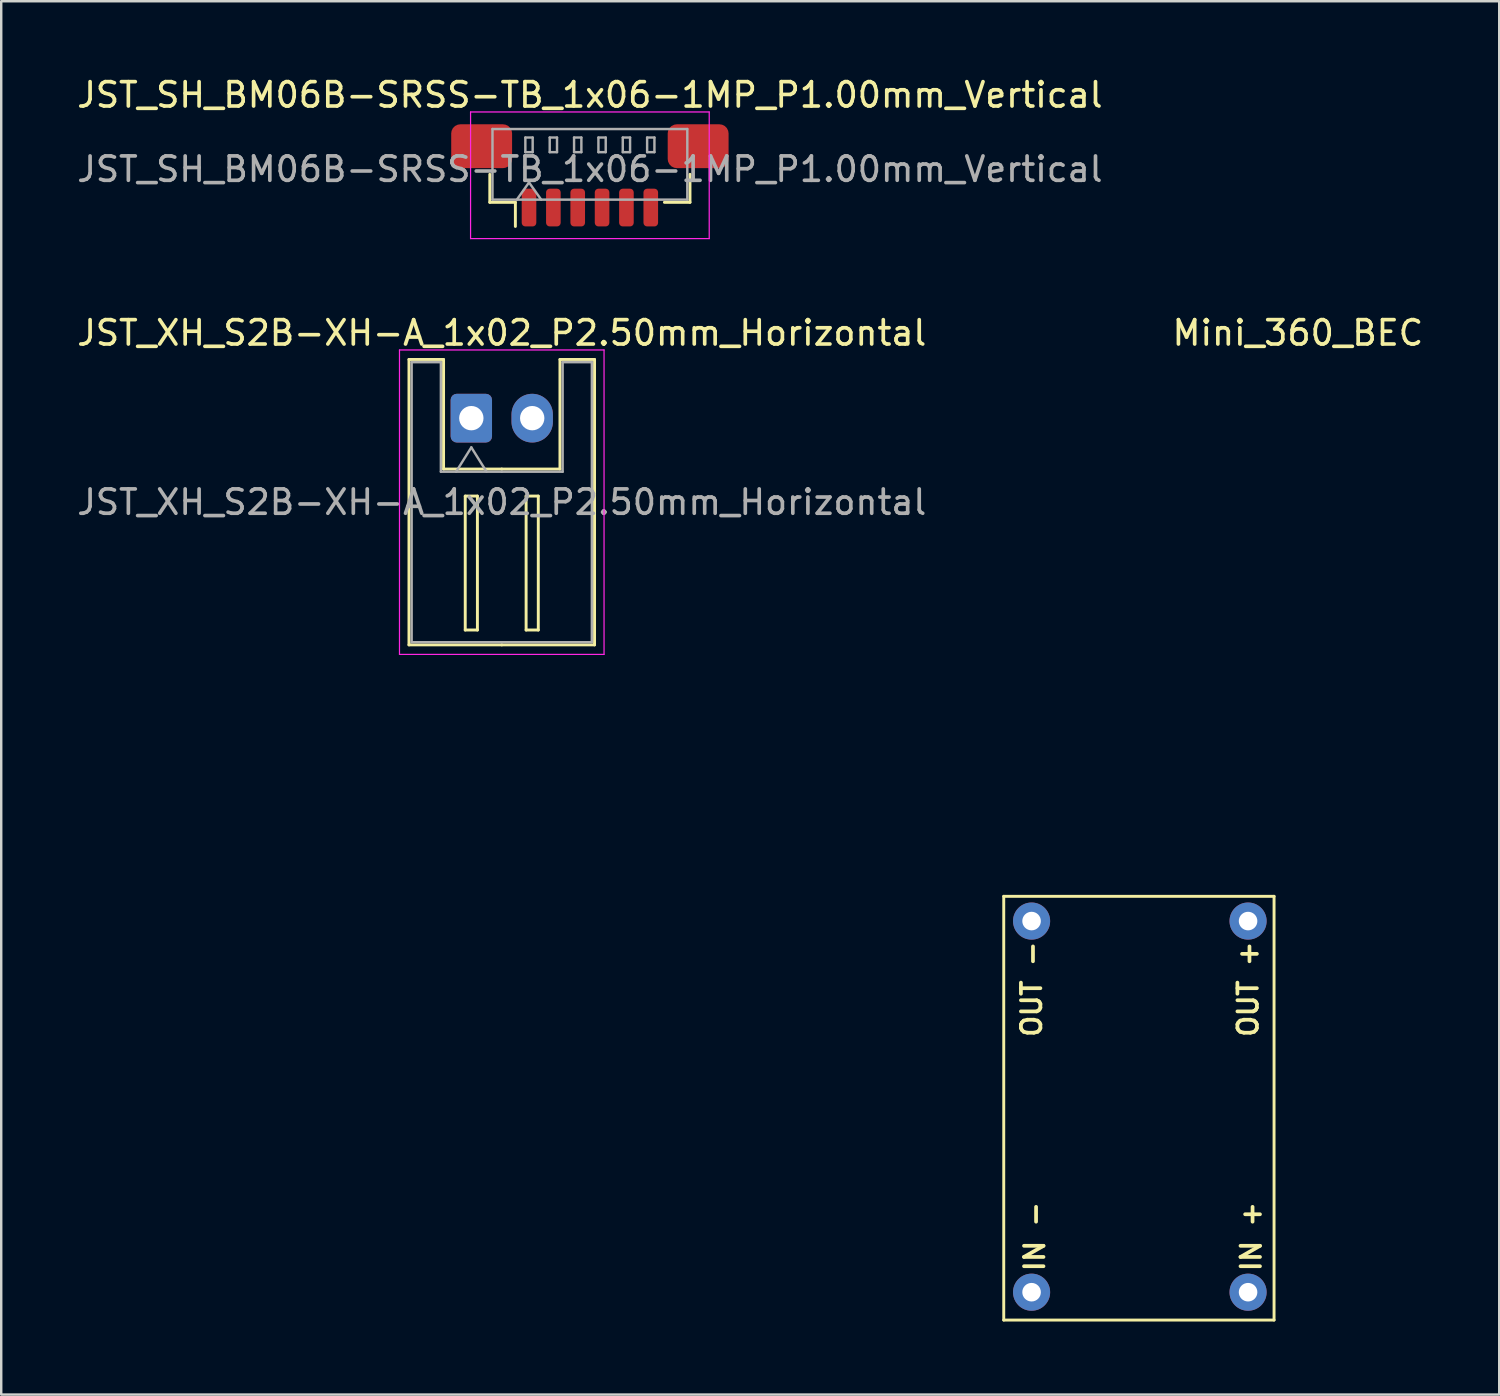
<source format=kicad_pcb>
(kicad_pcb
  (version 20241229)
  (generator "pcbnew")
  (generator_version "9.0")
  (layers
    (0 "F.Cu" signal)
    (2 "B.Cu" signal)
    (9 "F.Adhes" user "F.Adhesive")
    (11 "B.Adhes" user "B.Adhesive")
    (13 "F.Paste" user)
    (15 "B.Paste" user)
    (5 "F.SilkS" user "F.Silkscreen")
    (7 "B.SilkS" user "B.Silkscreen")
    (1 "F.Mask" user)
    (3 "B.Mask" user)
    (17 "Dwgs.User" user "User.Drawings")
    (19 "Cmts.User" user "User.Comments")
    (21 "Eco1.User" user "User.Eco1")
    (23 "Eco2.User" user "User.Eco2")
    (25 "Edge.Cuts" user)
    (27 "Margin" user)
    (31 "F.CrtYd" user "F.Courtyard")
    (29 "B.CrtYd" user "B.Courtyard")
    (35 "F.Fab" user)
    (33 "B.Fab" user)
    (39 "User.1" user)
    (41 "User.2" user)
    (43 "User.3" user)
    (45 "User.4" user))
  (footprint "Mini_360_BEC"
    (layer "F.Cu")
    (at 44.39 39.852)
    (property "Reference" "Mini_360_BEC" (at 5.855 -29.231 0) (layer "F.SilkS") (effects (font (size 1 1) (thickness 0.15))))
    (attr through_hole)
    (fp_line (start -6.223 -6.096) (end 4.877 -6.096) (stroke (width 0.12) (type solid)) (layer "F.SilkS"))
    (fp_line (start -6.223 11.304) (end -6.223 -6.096) (stroke (width 0.12) (type solid)) (layer "F.SilkS"))
    (fp_line (start 4.877 -6.096) (end 4.877 11.304) (stroke (width 0.12) (type solid)) (layer "F.SilkS"))
    (fp_line (start 4.877 11.304) (end -6.223 11.304) (stroke (width 0.12) (type solid)) (layer "F.SilkS"))
    (fp_text user "IN -" (at -4.953 7.874 270) (layer "F.SilkS") (effects (font (size 0.8 0.8) (thickness 0.153))))
    (fp_text user "OUT +" (at 3.81 -2.286 270) (layer "F.SilkS") (effects (font (size 0.8 0.8) (thickness 0.153))))
    (fp_text user "IN +" (at 3.937 7.874 270) (layer "F.SilkS") (effects (font (size 0.8 0.8) (thickness 0.153))))
    (fp_text user "OUT -" (at -5.08 -2.286 270) (layer "F.SilkS") (effects (font (size 0.8 0.8) (thickness 0.153))))
    (pad "1" thru_hole circle (at -5.08 -5.08) (size 1.524 1.524) (drill 0.762) (layers "*.Cu" "*.Mask"))
    (pad "2" thru_hole circle (at 3.81 -5.08) (size 1.524 1.524) (drill 0.762) (layers "*.Cu" "*.Mask"))
    (pad "3" thru_hole circle (at -5.08 10.16) (size 1.524 1.524) (drill 0.762) (layers "*.Cu" "*.Mask"))
    (pad "4" thru_hole circle (at 3.81 10.16) (size 1.524 1.524) (drill 0.762) (layers "*.Cu" "*.Mask")))
  (footprint "JST_SH_BM06B-SRSS-TB_1x06-1MP_P1.00mm_Vertical"
    (layer "F.Cu")
    (at 21.173 4.148)
    (property "Reference" "JST_SH_BM06B-SRSS-TB_1x06-1MP_P1.00mm_Vertical" (at 0 -3.3 180) (layer "F.SilkS") (effects (font (size 1 1) (thickness 0.15))))
    (attr smd)
    (fp_line (start -4.11 -0.04) (end -4.11 1.11) (stroke (width 0.12) (type solid)) (layer "F.SilkS"))
    (fp_line (start -4.11 1.11) (end -3.06 1.11) (stroke (width 0.12) (type solid)) (layer "F.SilkS"))
    (fp_line (start -3.06 1.11) (end -3.06 2.1) (stroke (width 0.12) (type solid)) (layer "F.SilkS"))
    (fp_line (start 4.11 -0.04) (end 4.11 1.11) (stroke (width 0.12) (type solid)) (layer "F.SilkS"))
    (fp_line (start 4.11 1.11) (end 3.06 1.11) (stroke (width 0.12) (type solid)) (layer "F.SilkS"))
    (fp_line (start -4.9 -2.6) (end -4.9 2.6) (stroke (width 0.05) (type solid)) (layer "F.CrtYd"))
    (fp_line (start -4.9 2.6) (end 4.9 2.6) (stroke (width 0.05) (type solid)) (layer "F.CrtYd"))
    (fp_line (start 4.9 -2.6) (end -4.9 -2.6) (stroke (width 0.05) (type solid)) (layer "F.CrtYd"))
    (fp_line (start 4.9 2.6) (end 4.9 -2.6) (stroke (width 0.05) (type solid)) (layer "F.CrtYd"))
    (fp_line (start -4 -1.9) (end 4 -1.9) (stroke (width 0.1) (type solid)) (layer "F.Fab"))
    (fp_line (start -4 1) (end -4 -1.9) (stroke (width 0.1) (type solid)) (layer "F.Fab"))
    (fp_line (start -4 1) (end 4 1) (stroke (width 0.1) (type solid)) (layer "F.Fab"))
    (fp_line (start -3 1) (end -2.5 0.293) (stroke (width 0.1) (type solid)) (layer "F.Fab"))
    (fp_line (start -2.65 -1.55) (end -2.65 -0.95) (stroke (width 0.1) (type solid)) (layer "F.Fab"))
    (fp_line (start -2.65 -0.95) (end -2.35 -0.95) (stroke (width 0.1) (type solid)) (layer "F.Fab"))
    (fp_line (start -2.5 0.293) (end -2 1) (stroke (width 0.1) (type solid)) (layer "F.Fab"))
    (fp_line (start -2.35 -1.55) (end -2.65 -1.55) (stroke (width 0.1) (type solid)) (layer "F.Fab"))
    (fp_line (start -2.35 -0.95) (end -2.35 -1.55) (stroke (width 0.1) (type solid)) (layer "F.Fab"))
    (fp_line (start -1.65 -1.55) (end -1.65 -0.95) (stroke (width 0.1) (type solid)) (layer "F.Fab"))
    (fp_line (start -1.65 -0.95) (end -1.35 -0.95) (stroke (width 0.1) (type solid)) (layer "F.Fab"))
    (fp_line (start -1.35 -1.55) (end -1.65 -1.55) (stroke (width 0.1) (type solid)) (layer "F.Fab"))
    (fp_line (start -1.35 -0.95) (end -1.35 -1.55) (stroke (width 0.1) (type solid)) (layer "F.Fab"))
    (fp_line (start -0.65 -1.55) (end -0.65 -0.95) (stroke (width 0.1) (type solid)) (layer "F.Fab"))
    (fp_line (start -0.65 -0.95) (end -0.35 -0.95) (stroke (width 0.1) (type solid)) (layer "F.Fab"))
    (fp_line (start -0.35 -1.55) (end -0.65 -1.55) (stroke (width 0.1) (type solid)) (layer "F.Fab"))
    (fp_line (start -0.35 -0.95) (end -0.35 -1.55) (stroke (width 0.1) (type solid)) (layer "F.Fab"))
    (fp_line (start 0.35 -1.55) (end 0.35 -0.95) (stroke (width 0.1) (type solid)) (layer "F.Fab"))
    (fp_line (start 0.35 -0.95) (end 0.65 -0.95) (stroke (width 0.1) (type solid)) (layer "F.Fab"))
    (fp_line (start 0.65 -1.55) (end 0.35 -1.55) (stroke (width 0.1) (type solid)) (layer "F.Fab"))
    (fp_line (start 0.65 -0.95) (end 0.65 -1.55) (stroke (width 0.1) (type solid)) (layer "F.Fab"))
    (fp_line (start 1.35 -1.55) (end 1.35 -0.95) (stroke (width 0.1) (type solid)) (layer "F.Fab"))
    (fp_line (start 1.35 -0.95) (end 1.65 -0.95) (stroke (width 0.1) (type solid)) (layer "F.Fab"))
    (fp_line (start 1.65 -1.55) (end 1.35 -1.55) (stroke (width 0.1) (type solid)) (layer "F.Fab"))
    (fp_line (start 1.65 -0.95) (end 1.65 -1.55) (stroke (width 0.1) (type solid)) (layer "F.Fab"))
    (fp_line (start 2.35 -1.55) (end 2.35 -0.95) (stroke (width 0.1) (type solid)) (layer "F.Fab"))
    (fp_line (start 2.35 -0.95) (end 2.65 -0.95) (stroke (width 0.1) (type solid)) (layer "F.Fab"))
    (fp_line (start 2.65 -1.55) (end 2.35 -1.55) (stroke (width 0.1) (type solid)) (layer "F.Fab"))
    (fp_line (start 2.65 -0.95) (end 2.65 -1.55) (stroke (width 0.1) (type solid)) (layer "F.Fab"))
    (fp_line (start 4 1) (end 4 -1.9) (stroke (width 0.1) (type solid)) (layer "F.Fab"))
    (fp_text user "${REFERENCE}" (at 0 -0.25 180) (layer "F.Fab") (effects (font (size 1 1) (thickness 0.15))))
    (pad "1" smd roundrect (at -2.5 1.325) (size 0.6 1.55) (layers "F.Cu" "F.Mask" "F.Paste") (roundrect_rratio 0.25))
    (pad "2" smd roundrect (at -1.5 1.325) (size 0.6 1.55) (layers "F.Cu" "F.Mask" "F.Paste") (roundrect_rratio 0.25))
    (pad "3" smd roundrect (at -0.5 1.325) (size 0.6 1.55) (layers "F.Cu" "F.Mask" "F.Paste") (roundrect_rratio 0.25))
    (pad "4" smd roundrect (at 0.5 1.325) (size 0.6 1.55) (layers "F.Cu" "F.Mask" "F.Paste") (roundrect_rratio 0.25))
    (pad "5" smd roundrect (at 1.5 1.325) (size 0.6 1.55) (layers "F.Cu" "F.Mask" "F.Paste") (roundrect_rratio 0.25))
    (pad "6" smd roundrect (at 2.5 1.325) (size 0.6 1.55) (layers "F.Cu" "F.Mask" "F.Paste") (roundrect_rratio 0.25))
    (pad "MP" smd roundrect (at -4.445 -1.194) (size 2.5 1.8) (layers "F.Cu" "F.Mask" "F.Paste") (roundrect_rratio 0.208))
    (pad "MP" smd roundrect (at 4.445 -1.194) (size 2.5 1.8) (layers "F.Cu" "F.Mask" "F.Paste") (roundrect_rratio 0.208)))
  (footprint "JST_XH_S2B-XH-A_1x02_P2.50mm_Horizontal"
    (layer "F.Cu")
    (at 16.304 14.121)
    (property "Reference" "JST_XH_S2B-XH-A_1x02_P2.50mm_Horizontal" (at 1.25 -3.5 180) (layer "F.SilkS") (effects (font (size 1 1) (thickness 0.15))))
    (attr through_hole)
    (fp_line (start -2.56 -2.41) (end -1.14 -2.41) (stroke (width 0.12) (type solid)) (layer "F.SilkS"))
    (fp_line (start -2.56 9.31) (end -2.56 -2.41) (stroke (width 0.12) (type solid)) (layer "F.SilkS"))
    (fp_line (start -1.14 -2.41) (end -1.14 2.09) (stroke (width 0.12) (type solid)) (layer "F.SilkS"))
    (fp_line (start -1.14 2.09) (end 1.25 2.09) (stroke (width 0.12) (type solid)) (layer "F.SilkS"))
    (fp_line (start -0.25 3.2) (end -0.25 8.7) (stroke (width 0.12) (type solid)) (layer "F.SilkS"))
    (fp_line (start -0.25 8.7) (end 0.25 8.7) (stroke (width 0.12) (type solid)) (layer "F.SilkS"))
    (fp_line (start 0.25 3.2) (end -0.25 3.2) (stroke (width 0.12) (type solid)) (layer "F.SilkS"))
    (fp_line (start 0.25 8.7) (end 0.25 3.2) (stroke (width 0.12) (type solid)) (layer "F.SilkS"))
    (fp_line (start 1.25 9.31) (end -2.56 9.31) (stroke (width 0.12) (type solid)) (layer "F.SilkS"))
    (fp_line (start 1.25 9.31) (end 5.06 9.31) (stroke (width 0.12) (type solid)) (layer "F.SilkS"))
    (fp_line (start 2.25 3.2) (end 2.25 8.7) (stroke (width 0.12) (type solid)) (layer "F.SilkS"))
    (fp_line (start 2.25 8.7) (end 2.75 8.7) (stroke (width 0.12) (type solid)) (layer "F.SilkS"))
    (fp_line (start 2.75 3.2) (end 2.25 3.2) (stroke (width 0.12) (type solid)) (layer "F.SilkS"))
    (fp_line (start 2.75 8.7) (end 2.75 3.2) (stroke (width 0.12) (type solid)) (layer "F.SilkS"))
    (fp_line (start 3.64 -2.41) (end 3.64 2.09) (stroke (width 0.12) (type solid)) (layer "F.SilkS"))
    (fp_line (start 3.64 2.09) (end 1.25 2.09) (stroke (width 0.12) (type solid)) (layer "F.SilkS"))
    (fp_line (start 5.06 -2.41) (end 3.64 -2.41) (stroke (width 0.12) (type solid)) (layer "F.SilkS"))
    (fp_line (start 5.06 9.31) (end 5.06 -2.41) (stroke (width 0.12) (type solid)) (layer "F.SilkS"))
    (fp_line (start -2.95 -2.8) (end -2.95 9.7) (stroke (width 0.05) (type solid)) (layer "F.CrtYd"))
    (fp_line (start -2.95 9.7) (end 5.45 9.7) (stroke (width 0.05) (type solid)) (layer "F.CrtYd"))
    (fp_line (start 5.45 -2.8) (end -2.95 -2.8) (stroke (width 0.05) (type solid)) (layer "F.CrtYd"))
    (fp_line (start 5.45 9.7) (end 5.45 -2.8) (stroke (width 0.05) (type solid)) (layer "F.CrtYd"))
    (fp_line (start -2.45 -2.3) (end -1.25 -2.3) (stroke (width 0.1) (type solid)) (layer "F.Fab"))
    (fp_line (start -2.45 9.2) (end -2.45 -2.3) (stroke (width 0.1) (type solid)) (layer "F.Fab"))
    (fp_line (start -1.25 -2.3) (end -1.25 2.2) (stroke (width 0.1) (type solid)) (layer "F.Fab"))
    (fp_line (start -1.25 2.2) (end 1.25 2.2) (stroke (width 0.1) (type solid)) (layer "F.Fab"))
    (fp_line (start -0.625 2.2) (end 0 1.2) (stroke (width 0.1) (type solid)) (layer "F.Fab"))
    (fp_line (start 0 1.2) (end 0.625 2.2) (stroke (width 0.1) (type solid)) (layer "F.Fab"))
    (fp_line (start 1.25 9.2) (end -2.45 9.2) (stroke (width 0.1) (type solid)) (layer "F.Fab"))
    (fp_line (start 1.25 9.2) (end 4.95 9.2) (stroke (width 0.1) (type solid)) (layer "F.Fab"))
    (fp_line (start 3.75 -2.3) (end 3.75 2.2) (stroke (width 0.1) (type solid)) (layer "F.Fab"))
    (fp_line (start 3.75 2.2) (end 1.25 2.2) (stroke (width 0.1) (type solid)) (layer "F.Fab"))
    (fp_line (start 4.95 -2.3) (end 3.75 -2.3) (stroke (width 0.1) (type solid)) (layer "F.Fab"))
    (fp_line (start 4.95 9.2) (end 4.95 -2.3) (stroke (width 0.1) (type solid)) (layer "F.Fab"))
    (fp_text user "${REFERENCE}" (at 1.25 3.45 180) (layer "F.Fab") (effects (font (size 1 1) (thickness 0.15))))
    (pad "1" thru_hole roundrect (at 0 0) (size 1.7 2) (drill 1) (layers "*.Cu" "*.Mask") (roundrect_rratio 0.147))
    (pad "2" thru_hole oval (at 2.5 0) (size 1.7 2) (drill 1) (layers "*.Cu" "*.Mask")))
  (gr_rect
    (start -3 -3)
    (end 58.513 54.216)
    (stroke (width 0.1) (type default))
    (fill no)
    (layer "Edge.Cuts")))
</source>
